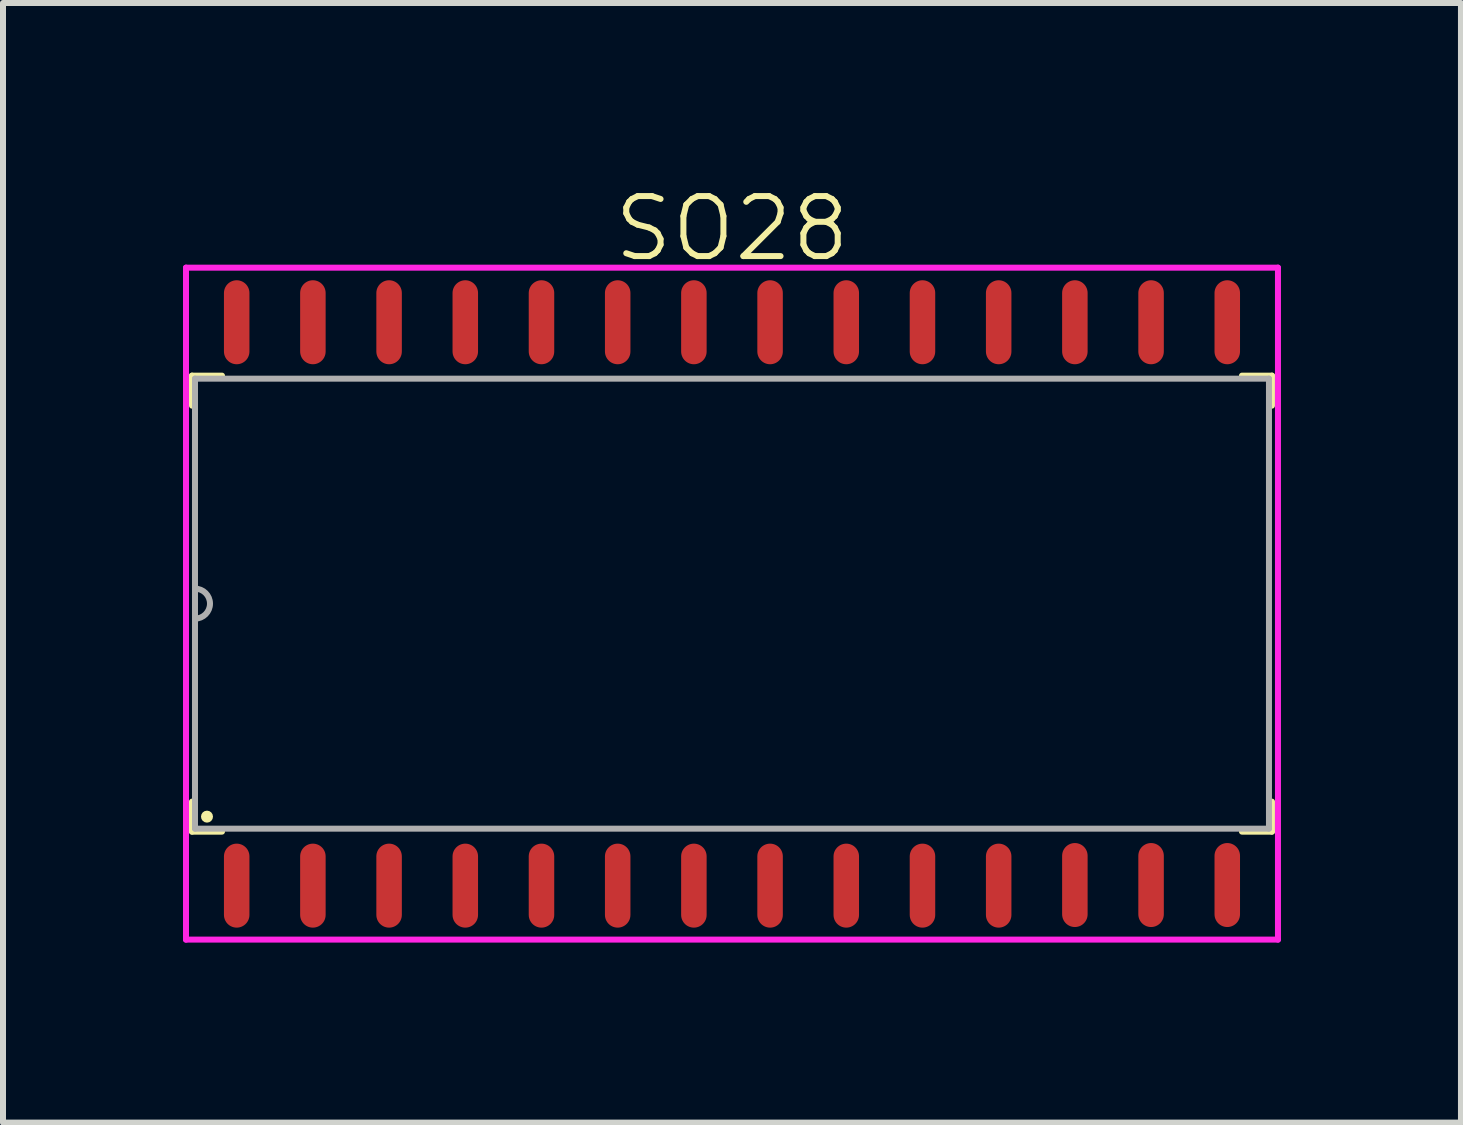
<source format=kicad_pcb>
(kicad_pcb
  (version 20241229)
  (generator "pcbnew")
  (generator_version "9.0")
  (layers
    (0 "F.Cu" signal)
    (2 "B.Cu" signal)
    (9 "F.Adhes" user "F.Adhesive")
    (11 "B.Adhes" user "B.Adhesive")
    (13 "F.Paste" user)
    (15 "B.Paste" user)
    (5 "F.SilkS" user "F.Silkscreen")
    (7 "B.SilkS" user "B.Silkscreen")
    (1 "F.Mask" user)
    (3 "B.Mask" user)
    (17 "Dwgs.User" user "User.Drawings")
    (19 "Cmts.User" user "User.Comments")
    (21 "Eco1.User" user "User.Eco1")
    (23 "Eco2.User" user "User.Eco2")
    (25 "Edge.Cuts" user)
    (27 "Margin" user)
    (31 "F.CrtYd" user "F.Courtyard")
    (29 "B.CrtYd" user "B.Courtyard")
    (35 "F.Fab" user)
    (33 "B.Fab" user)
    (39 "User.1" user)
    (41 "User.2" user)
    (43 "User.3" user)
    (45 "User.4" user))
  (footprint "SO28"
    (layer "F.Cu")
    (at 9.15 7.011)
    (property "Reference" "SO28" (at 0 -6.25 0) (layer "F.SilkS") (effects (font (size 1 1) (thickness 0.1))))
    (attr through_hole)
    (fp_line (start -9 -3.8) (end -8.5 -3.8) (stroke (width 0.1) (type solid)) (layer "F.SilkS"))
    (fp_line (start -9 -3.3) (end -9 -3.8) (stroke (width 0.1) (type solid)) (layer "F.SilkS"))
    (fp_line (start -9 3.8) (end -9 3.3) (stroke (width 0.1) (type solid)) (layer "F.SilkS"))
    (fp_line (start -8.5 3.8) (end -9 3.8) (stroke (width 0.1) (type solid)) (layer "F.SilkS"))
    (fp_line (start 8.5 -3.8) (end 9 -3.8) (stroke (width 0.1) (type solid)) (layer "F.SilkS"))
    (fp_line (start 8.5 3.8) (end 9 3.8) (stroke (width 0.1) (type solid)) (layer "F.SilkS"))
    (fp_line (start 9 -3.8) (end 9 -3.3) (stroke (width 0.1) (type solid)) (layer "F.SilkS"))
    (fp_line (start 9 3.8) (end 9 3.3) (stroke (width 0.1) (type solid)) (layer "F.SilkS"))
    (fp_circle (center -8.75 3.55) (end -8.7 3.55) (stroke (width 0.1) (type solid)) (fill no) (layer "F.SilkS"))
    (fp_line (start -9.1 -5.6) (end -9.1 5.6) (stroke (width 0.1) (type solid)) (layer "F.CrtYd"))
    (fp_line (start -9.1 5.6) (end 9.1 5.6) (stroke (width 0.1) (type solid)) (layer "F.CrtYd"))
    (fp_line (start 9.1 -5.6) (end -9.1 -5.6) (stroke (width 0.1) (type solid)) (layer "F.CrtYd"))
    (fp_line (start 9.1 5.6) (end 9.1 -5.6) (stroke (width 0.1) (type solid)) (layer "F.CrtYd"))
    (fp_line (start -8.95 -3.75) (end -8.95 0) (stroke (width 0.1) (type solid)) (layer "F.Fab"))
    (fp_line (start -8.95 0) (end -8.95 3.75) (stroke (width 0.1) (type solid)) (layer "F.Fab"))
    (fp_line (start -8.95 3.75) (end 8.95 3.75) (stroke (width 0.1) (type solid)) (layer "F.Fab"))
    (fp_line (start 8.95 -3.75) (end -8.95 -3.75) (stroke (width 0.1) (type solid)) (layer "F.Fab"))
    (fp_line (start 8.95 3.75) (end 8.95 -3.75) (stroke (width 0.1) (type solid)) (layer "F.Fab"))
    (fp_arc (start -8.95 -0.25) (mid -8.7 0) (end -8.95 0.25) (stroke (width 0.1) (type solid)) (layer "F.Fab"))
    (pad "1" smd oval (at -8.255 4.7 90) (size 1.4 0.425) (layers "F.Cu" "F.Mask" "F.Paste"))
    (pad "2" smd oval (at -6.985 4.7 90) (size 1.4 0.425) (layers "F.Cu" "F.Mask" "F.Paste"))
    (pad "3" smd oval (at -5.715 4.7 90) (size 1.4 0.425) (layers "F.Cu" "F.Mask" "F.Paste"))
    (pad "4" smd oval (at -4.445 4.7 90) (size 1.4 0.425) (layers "F.Cu" "F.Mask" "F.Paste"))
    (pad "5" smd oval (at -3.175 4.7 90) (size 1.4 0.425) (layers "F.Cu" "F.Mask" "F.Paste"))
    (pad "6" smd oval (at -1.905 4.7 90) (size 1.4 0.425) (layers "F.Cu" "F.Mask" "F.Paste"))
    (pad "7" smd oval (at -0.635 4.7 90) (size 1.4 0.425) (layers "F.Cu" "F.Mask" "F.Paste"))
    (pad "8" smd oval (at 0.635 4.7 90) (size 1.4 0.425) (layers "F.Cu" "F.Mask" "F.Paste"))
    (pad "9" smd oval (at 1.905 4.7 90) (size 1.4 0.425) (layers "F.Cu" "F.Mask" "F.Paste"))
    (pad "10" smd oval (at 3.175 4.7 90) (size 1.4 0.425) (layers "F.Cu" "F.Mask" "F.Paste"))
    (pad "11" smd oval (at 4.445 4.7 90) (size 1.4 0.425) (layers "F.Cu" "F.Mask" "F.Paste"))
    (pad "12" smd oval (at 5.715 4.69 90) (size 1.4 0.425) (layers "F.Cu" "F.Mask" "F.Paste"))
    (pad "13" smd oval (at 6.985 4.69 90) (size 1.4 0.425) (layers "F.Cu" "F.Mask" "F.Paste"))
    (pad "14" smd oval (at 8.255 4.69 90) (size 1.4 0.425) (layers "F.Cu" "F.Mask" "F.Paste"))
    (pad "15" smd oval (at 8.255 -4.69 270) (size 1.4 0.425) (layers "F.Cu" "F.Mask" "F.Paste"))
    (pad "16" smd oval (at 6.985 -4.69 270) (size 1.4 0.425) (layers "F.Cu" "F.Mask" "F.Paste"))
    (pad "17" smd oval (at 5.715 -4.69 270) (size 1.4 0.425) (layers "F.Cu" "F.Mask" "F.Paste"))
    (pad "18" smd oval (at 4.445 -4.69 270) (size 1.4 0.425) (layers "F.Cu" "F.Mask" "F.Paste"))
    (pad "19" smd oval (at 3.175 -4.69 270) (size 1.4 0.425) (layers "F.Cu" "F.Mask" "F.Paste"))
    (pad "20" smd oval (at 1.905 -4.69 270) (size 1.4 0.425) (layers "F.Cu" "F.Mask" "F.Paste"))
    (pad "21" smd oval (at 0.635 -4.69 270) (size 1.4 0.425) (layers "F.Cu" "F.Mask" "F.Paste"))
    (pad "22" smd oval (at -0.635 -4.69 270) (size 1.4 0.425) (layers "F.Cu" "F.Mask" "F.Paste"))
    (pad "23" smd oval (at -1.905 -4.69 270) (size 1.4 0.425) (layers "F.Cu" "F.Mask" "F.Paste"))
    (pad "24" smd oval (at -3.175 -4.69 270) (size 1.4 0.425) (layers "F.Cu" "F.Mask" "F.Paste"))
    (pad "25" smd oval (at -4.445 -4.69 270) (size 1.4 0.425) (layers "F.Cu" "F.Mask" "F.Paste"))
    (pad "26" smd oval (at -5.715 -4.69 270) (size 1.4 0.425) (layers "F.Cu" "F.Mask" "F.Paste"))
    (pad "27" smd oval (at -6.985 -4.69 270) (size 1.4 0.425) (layers "F.Cu" "F.Mask" "F.Paste"))
    (pad "28" smd oval (at -8.255 -4.69 270) (size 1.4 0.425) (layers "F.Cu" "F.Mask" "F.Paste")))
  (gr_rect
    (start -3 -3)
    (end 21.3 15.661)
    (stroke (width 0.1) (type default))
    (fill no)
    (layer "Edge.Cuts")))
</source>
